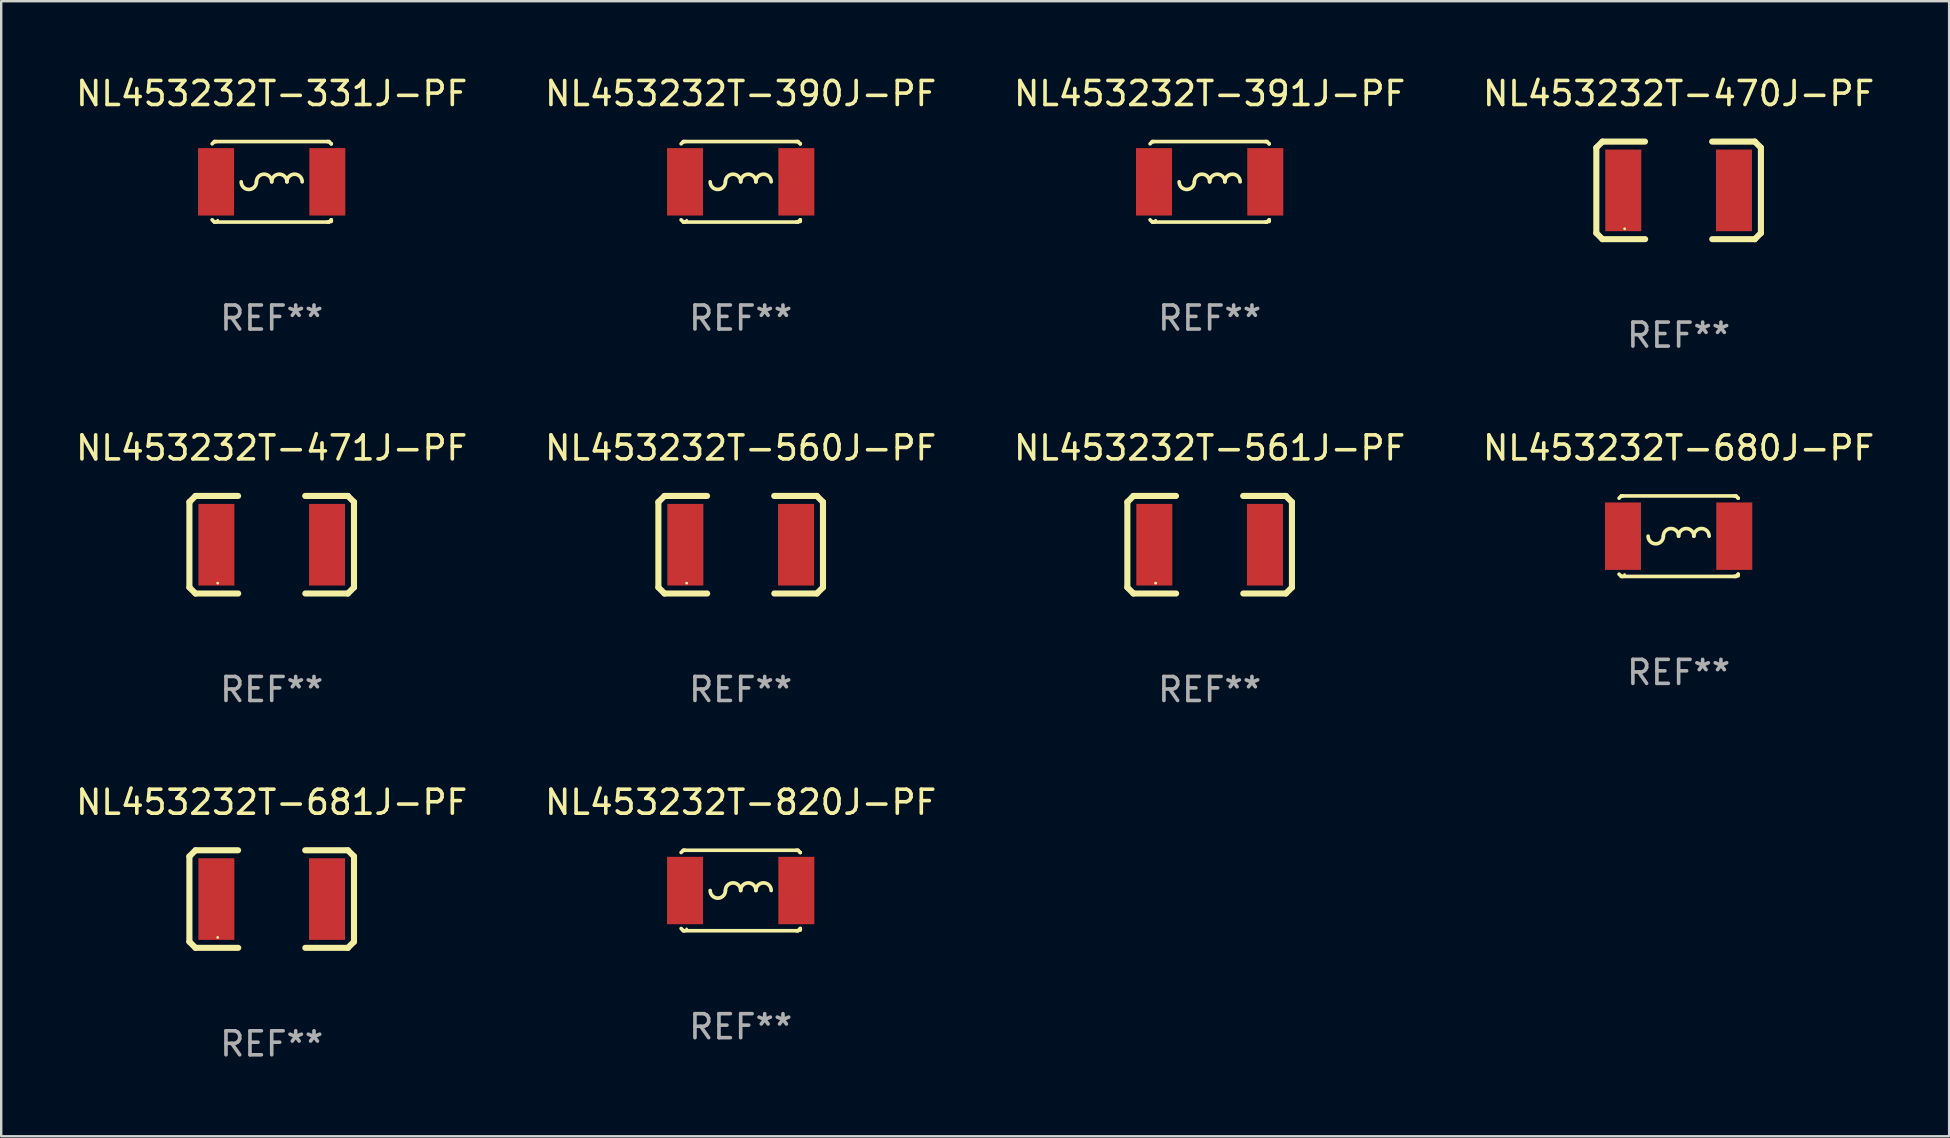
<source format=kicad_pcb>
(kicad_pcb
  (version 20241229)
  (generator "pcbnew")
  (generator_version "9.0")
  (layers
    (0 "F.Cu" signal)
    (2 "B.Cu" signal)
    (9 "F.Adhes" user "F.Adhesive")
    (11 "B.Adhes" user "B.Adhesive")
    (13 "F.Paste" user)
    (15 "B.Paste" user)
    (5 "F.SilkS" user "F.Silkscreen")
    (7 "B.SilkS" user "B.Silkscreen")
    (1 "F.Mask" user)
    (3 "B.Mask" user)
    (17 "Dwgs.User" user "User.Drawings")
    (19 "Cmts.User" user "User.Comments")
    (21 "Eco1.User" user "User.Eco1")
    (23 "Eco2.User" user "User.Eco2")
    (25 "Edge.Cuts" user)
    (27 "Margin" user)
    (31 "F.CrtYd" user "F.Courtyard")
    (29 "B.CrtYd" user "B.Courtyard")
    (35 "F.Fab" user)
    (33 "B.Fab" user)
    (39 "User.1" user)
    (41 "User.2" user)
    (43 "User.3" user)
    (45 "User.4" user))
  (footprint "NL453232T-820J-PF"
    (layer "F.Cu")
    (at 27.804 34.045)
    (property "Reference" "NL453232T-820J-PF" (at 0 -3.676 0) (layer "F.SilkS") (effects (font (size 1 1) (thickness 0.15))))
    (attr through_hole)
    (fp_line (start -2.388 -1.676) (end -2.481 -1.583) (stroke (width 0.152) (type solid)) (layer "F.SilkS"))
    (fp_line (start -2.388 1.676) (end -2.481 1.583) (stroke (width 0.152) (type solid)) (layer "F.SilkS"))
    (fp_line (start -2.326 -1.676) (end -2.388 -1.676) (stroke (width 0.152) (type solid)) (layer "F.SilkS"))
    (fp_line (start -2.326 1.676) (end -2.388 1.676) (stroke (width 0.152) (type solid)) (layer "F.SilkS"))
    (fp_line (start 2.326 -1.676) (end -2.326 -1.676) (stroke (width 0.152) (type solid)) (layer "F.SilkS"))
    (fp_line (start 2.326 -1.676) (end 2.388 -1.676) (stroke (width 0.152) (type solid)) (layer "F.SilkS"))
    (fp_line (start 2.326 1.676) (end -2.326 1.676) (stroke (width 0.152) (type solid)) (layer "F.SilkS"))
    (fp_line (start 2.326 1.676) (end 2.388 1.676) (stroke (width 0.152) (type solid)) (layer "F.SilkS"))
    (fp_line (start 2.388 -1.676) (end 2.481 -1.583) (stroke (width 0.152) (type solid)) (layer "F.SilkS"))
    (fp_line (start 2.388 1.676) (end 2.481 1.583) (stroke (width 0.152) (type solid)) (layer "F.SilkS"))
    (fp_line (start 2.481 -1.583) (end 2.481 -1.584) (stroke (width 0.152) (type solid)) (layer "F.SilkS"))
    (fp_line (start 2.481 1.584) (end 2.481 1.651) (stroke (width 0.152) (type solid)) (layer "F.SilkS"))
    (fp_arc (start -0.636018 0) (mid -0.318009 -0.318009) (end 0 0) (stroke (width 0.151994) (type solid)) (layer "F.SilkS"))
    (fp_arc (start -0.635001 0) (mid -0.95301 0.318009) (end -1.271019 0) (stroke (width 0.151994) (type solid)) (layer "F.SilkS"))
    (fp_arc (start -0.001015 0) (mid 0.316993 -0.318008) (end 0.635001 0) (stroke (width 0.151994) (type solid)) (layer "F.SilkS"))
    (fp_arc (start 0.633985 0) (mid 0.951994 -0.318009) (end 1.270003 0) (stroke (width 0.151994) (type solid)) (layer "F.SilkS"))
    (fp_circle (center -2.25 1.6) (end -2.22 1.6) (stroke (width 0.06) (type solid)) (fill no) (layer "F.SilkS"))
    (fp_text user "REF**" (at 0 5.676 0) (layer "F.Fab") (effects (font (size 1 1) (thickness 0.15))))
    (pad "1" smd rect (at -2.318 0) (size 1.5 2.808) (layers "F.Cu" "F.Mask" "F.Paste"))
    (pad "2" smd rect (at 2.318 0) (size 1.5 2.808) (layers "F.Cu" "F.Mask" "F.Paste")))
  (footprint "NL453232T-560J-PF"
    (layer "F.Cu")
    (at 27.804 19.641)
    (property "Reference" "NL453232T-560J-PF" (at 0 -4.032 0) (layer "F.SilkS") (effects (font (size 1 1) (thickness 0.15))))
    (attr through_hole)
    (fp_line (start -3.428 -1.778) (end -3.174 -2.032) (stroke (width 0.254) (type solid)) (layer "F.SilkS"))
    (fp_line (start -3.428 1.778) (end -3.428 -1.778) (stroke (width 0.254) (type solid)) (layer "F.SilkS"))
    (fp_line (start -3.174 -2.032) (end -1.401 -2.032) (stroke (width 0.254) (type solid)) (layer "F.SilkS"))
    (fp_line (start -3.174 2.032) (end -3.428 1.778) (stroke (width 0.254) (type solid)) (layer "F.SilkS"))
    (fp_line (start -1.396 2.032) (end -3.174 2.032) (stroke (width 0.254) (type solid)) (layer "F.SilkS"))
    (fp_line (start 1.396 -2.032) (end 3.174 -2.032) (stroke (width 0.254) (type solid)) (layer "F.SilkS"))
    (fp_line (start 3.174 -2.032) (end 3.428 -1.778) (stroke (width 0.254) (type solid)) (layer "F.SilkS"))
    (fp_line (start 3.174 2.032) (end 1.401 2.032) (stroke (width 0.254) (type solid)) (layer "F.SilkS"))
    (fp_line (start 3.428 -1.778) (end 3.428 1.778) (stroke (width 0.254) (type solid)) (layer "F.SilkS"))
    (fp_line (start 3.428 1.778) (end 3.174 2.032) (stroke (width 0.254) (type solid)) (layer "F.SilkS"))
    (fp_circle (center -2.25 1.6) (end -2.22 1.6) (stroke (width 0.06) (type solid)) (fill no) (layer "F.SilkS"))
    (fp_text user "REF**" (at 0 6.032 0) (layer "F.Fab") (effects (font (size 1 1) (thickness 0.15))))
    (pad "1" smd rect (at -2.305 0) (size 1.5 3.4) (layers "F.Cu" "F.Mask" "F.Paste"))
    (pad "2" smd rect (at 2.305 0) (size 1.5 3.4) (layers "F.Cu" "F.Mask" "F.Paste")))
  (footprint "NL453232T-470J-PF"
    (layer "F.Cu")
    (at 66.875 4.88)
    (property "Reference" "NL453232T-470J-PF" (at 0 -4.032 0) (layer "F.SilkS") (effects (font (size 1 1) (thickness 0.15))))
    (attr through_hole)
    (fp_line (start -3.428 -1.778) (end -3.174 -2.032) (stroke (width 0.254) (type solid)) (layer "F.SilkS"))
    (fp_line (start -3.428 1.778) (end -3.428 -1.778) (stroke (width 0.254) (type solid)) (layer "F.SilkS"))
    (fp_line (start -3.174 -2.032) (end -1.401 -2.032) (stroke (width 0.254) (type solid)) (layer "F.SilkS"))
    (fp_line (start -3.174 2.032) (end -3.428 1.778) (stroke (width 0.254) (type solid)) (layer "F.SilkS"))
    (fp_line (start -1.396 2.032) (end -3.174 2.032) (stroke (width 0.254) (type solid)) (layer "F.SilkS"))
    (fp_line (start 1.396 -2.032) (end 3.174 -2.032) (stroke (width 0.254) (type solid)) (layer "F.SilkS"))
    (fp_line (start 3.174 -2.032) (end 3.428 -1.778) (stroke (width 0.254) (type solid)) (layer "F.SilkS"))
    (fp_line (start 3.174 2.032) (end 1.401 2.032) (stroke (width 0.254) (type solid)) (layer "F.SilkS"))
    (fp_line (start 3.428 -1.778) (end 3.428 1.778) (stroke (width 0.254) (type solid)) (layer "F.SilkS"))
    (fp_line (start 3.428 1.778) (end 3.174 2.032) (stroke (width 0.254) (type solid)) (layer "F.SilkS"))
    (fp_circle (center -2.25 1.6) (end -2.22 1.6) (stroke (width 0.06) (type solid)) (fill no) (layer "F.SilkS"))
    (fp_text user "REF**" (at 0 6.032 0) (layer "F.Fab") (effects (font (size 1 1) (thickness 0.15))))
    (pad "1" smd rect (at -2.305 0) (size 1.5 3.4) (layers "F.Cu" "F.Mask" "F.Paste"))
    (pad "2" smd rect (at 2.305 0) (size 1.5 3.4) (layers "F.Cu" "F.Mask" "F.Paste")))
  (footprint "NL453232T-680J-PF"
    (layer "F.Cu")
    (at 66.875 19.285)
    (property "Reference" "NL453232T-680J-PF" (at 0 -3.676 0) (layer "F.SilkS") (effects (font (size 1 1) (thickness 0.15))))
    (attr through_hole)
    (fp_line (start -2.388 -1.676) (end -2.481 -1.583) (stroke (width 0.152) (type solid)) (layer "F.SilkS"))
    (fp_line (start -2.388 1.676) (end -2.481 1.583) (stroke (width 0.152) (type solid)) (layer "F.SilkS"))
    (fp_line (start -2.326 -1.676) (end -2.388 -1.676) (stroke (width 0.152) (type solid)) (layer "F.SilkS"))
    (fp_line (start -2.326 1.676) (end -2.388 1.676) (stroke (width 0.152) (type solid)) (layer "F.SilkS"))
    (fp_line (start 2.326 -1.676) (end -2.326 -1.676) (stroke (width 0.152) (type solid)) (layer "F.SilkS"))
    (fp_line (start 2.326 -1.676) (end 2.388 -1.676) (stroke (width 0.152) (type solid)) (layer "F.SilkS"))
    (fp_line (start 2.326 1.676) (end -2.326 1.676) (stroke (width 0.152) (type solid)) (layer "F.SilkS"))
    (fp_line (start 2.326 1.676) (end 2.388 1.676) (stroke (width 0.152) (type solid)) (layer "F.SilkS"))
    (fp_line (start 2.388 -1.676) (end 2.481 -1.583) (stroke (width 0.152) (type solid)) (layer "F.SilkS"))
    (fp_line (start 2.388 1.676) (end 2.481 1.583) (stroke (width 0.152) (type solid)) (layer "F.SilkS"))
    (fp_line (start 2.481 -1.583) (end 2.481 -1.584) (stroke (width 0.152) (type solid)) (layer "F.SilkS"))
    (fp_line (start 2.481 1.584) (end 2.481 1.651) (stroke (width 0.152) (type solid)) (layer "F.SilkS"))
    (fp_arc (start -0.636018 0) (mid -0.318009 -0.318009) (end 0 0) (stroke (width 0.151994) (type solid)) (layer "F.SilkS"))
    (fp_arc (start -0.635001 0) (mid -0.95301 0.318009) (end -1.271019 0) (stroke (width 0.151994) (type solid)) (layer "F.SilkS"))
    (fp_arc (start -0.001015 0) (mid 0.316993 -0.318008) (end 0.635001 0) (stroke (width 0.151994) (type solid)) (layer "F.SilkS"))
    (fp_arc (start 0.633985 0) (mid 0.951994 -0.318009) (end 1.270003 0) (stroke (width 0.151994) (type solid)) (layer "F.SilkS"))
    (fp_circle (center -2.25 1.6) (end -2.22 1.6) (stroke (width 0.06) (type solid)) (fill no) (layer "F.SilkS"))
    (fp_text user "REF**" (at 0 5.676 0) (layer "F.Fab") (effects (font (size 1 1) (thickness 0.15))))
    (pad "1" smd rect (at -2.318 0) (size 1.5 2.808) (layers "F.Cu" "F.Mask" "F.Paste"))
    (pad "2" smd rect (at 2.318 0) (size 1.5 2.808) (layers "F.Cu" "F.Mask" "F.Paste")))
  (footprint "NL453232T-391J-PF"
    (layer "F.Cu")
    (at 47.339 4.524)
    (property "Reference" "NL453232T-391J-PF" (at 0 -3.676 0) (layer "F.SilkS") (effects (font (size 1 1) (thickness 0.15))))
    (attr through_hole)
    (fp_line (start -2.388 -1.676) (end -2.481 -1.583) (stroke (width 0.152) (type solid)) (layer "F.SilkS"))
    (fp_line (start -2.388 1.676) (end -2.481 1.583) (stroke (width 0.152) (type solid)) (layer "F.SilkS"))
    (fp_line (start -2.326 -1.676) (end -2.388 -1.676) (stroke (width 0.152) (type solid)) (layer "F.SilkS"))
    (fp_line (start -2.326 1.676) (end -2.388 1.676) (stroke (width 0.152) (type solid)) (layer "F.SilkS"))
    (fp_line (start 2.326 -1.676) (end -2.326 -1.676) (stroke (width 0.152) (type solid)) (layer "F.SilkS"))
    (fp_line (start 2.326 -1.676) (end 2.388 -1.676) (stroke (width 0.152) (type solid)) (layer "F.SilkS"))
    (fp_line (start 2.326 1.676) (end -2.326 1.676) (stroke (width 0.152) (type solid)) (layer "F.SilkS"))
    (fp_line (start 2.326 1.676) (end 2.388 1.676) (stroke (width 0.152) (type solid)) (layer "F.SilkS"))
    (fp_line (start 2.388 -1.676) (end 2.481 -1.583) (stroke (width 0.152) (type solid)) (layer "F.SilkS"))
    (fp_line (start 2.388 1.676) (end 2.481 1.583) (stroke (width 0.152) (type solid)) (layer "F.SilkS"))
    (fp_line (start 2.481 -1.583) (end 2.481 -1.584) (stroke (width 0.152) (type solid)) (layer "F.SilkS"))
    (fp_line (start 2.481 1.584) (end 2.481 1.651) (stroke (width 0.152) (type solid)) (layer "F.SilkS"))
    (fp_arc (start -0.636018 0) (mid -0.318009 -0.318009) (end 0 0) (stroke (width 0.151994) (type solid)) (layer "F.SilkS"))
    (fp_arc (start -0.635001 0) (mid -0.95301 0.318009) (end -1.271019 0) (stroke (width 0.151994) (type solid)) (layer "F.SilkS"))
    (fp_arc (start -0.001015 0) (mid 0.316993 -0.318008) (end 0.635001 0) (stroke (width 0.151994) (type solid)) (layer "F.SilkS"))
    (fp_arc (start 0.633985 0) (mid 0.951994 -0.318009) (end 1.270003 0) (stroke (width 0.151994) (type solid)) (layer "F.SilkS"))
    (fp_circle (center -2.25 1.6) (end -2.22 1.6) (stroke (width 0.06) (type solid)) (fill no) (layer "F.SilkS"))
    (fp_text user "REF**" (at 0 5.676 0) (layer "F.Fab") (effects (font (size 1 1) (thickness 0.15))))
    (pad "1" smd rect (at -2.318 0) (size 1.5 2.808) (layers "F.Cu" "F.Mask" "F.Paste"))
    (pad "2" smd rect (at 2.318 0) (size 1.5 2.808) (layers "F.Cu" "F.Mask" "F.Paste")))
  (footprint "NL453232T-390J-PF"
    (layer "F.Cu")
    (at 27.804 4.524)
    (property "Reference" "NL453232T-390J-PF" (at 0 -3.676 0) (layer "F.SilkS") (effects (font (size 1 1) (thickness 0.15))))
    (attr through_hole)
    (fp_line (start -2.388 -1.676) (end -2.481 -1.583) (stroke (width 0.152) (type solid)) (layer "F.SilkS"))
    (fp_line (start -2.388 1.676) (end -2.481 1.583) (stroke (width 0.152) (type solid)) (layer "F.SilkS"))
    (fp_line (start -2.326 -1.676) (end -2.388 -1.676) (stroke (width 0.152) (type solid)) (layer "F.SilkS"))
    (fp_line (start -2.326 1.676) (end -2.388 1.676) (stroke (width 0.152) (type solid)) (layer "F.SilkS"))
    (fp_line (start 2.326 -1.676) (end -2.326 -1.676) (stroke (width 0.152) (type solid)) (layer "F.SilkS"))
    (fp_line (start 2.326 -1.676) (end 2.388 -1.676) (stroke (width 0.152) (type solid)) (layer "F.SilkS"))
    (fp_line (start 2.326 1.676) (end -2.326 1.676) (stroke (width 0.152) (type solid)) (layer "F.SilkS"))
    (fp_line (start 2.326 1.676) (end 2.388 1.676) (stroke (width 0.152) (type solid)) (layer "F.SilkS"))
    (fp_line (start 2.388 -1.676) (end 2.481 -1.583) (stroke (width 0.152) (type solid)) (layer "F.SilkS"))
    (fp_line (start 2.388 1.676) (end 2.481 1.583) (stroke (width 0.152) (type solid)) (layer "F.SilkS"))
    (fp_line (start 2.481 -1.583) (end 2.481 -1.584) (stroke (width 0.152) (type solid)) (layer "F.SilkS"))
    (fp_line (start 2.481 1.584) (end 2.481 1.651) (stroke (width 0.152) (type solid)) (layer "F.SilkS"))
    (fp_arc (start -0.636018 0) (mid -0.318009 -0.318009) (end 0 0) (stroke (width 0.151994) (type solid)) (layer "F.SilkS"))
    (fp_arc (start -0.635001 0) (mid -0.95301 0.318009) (end -1.271019 0) (stroke (width 0.151994) (type solid)) (layer "F.SilkS"))
    (fp_arc (start -0.001015 0) (mid 0.316993 -0.318008) (end 0.635001 0) (stroke (width 0.151994) (type solid)) (layer "F.SilkS"))
    (fp_arc (start 0.633985 0) (mid 0.951994 -0.318009) (end 1.270003 0) (stroke (width 0.151994) (type solid)) (layer "F.SilkS"))
    (fp_circle (center -2.25 1.6) (end -2.22 1.6) (stroke (width 0.06) (type solid)) (fill no) (layer "F.SilkS"))
    (fp_text user "REF**" (at 0 5.676 0) (layer "F.Fab") (effects (font (size 1 1) (thickness 0.15))))
    (pad "1" smd rect (at -2.318 0) (size 1.5 2.808) (layers "F.Cu" "F.Mask" "F.Paste"))
    (pad "2" smd rect (at 2.318 0) (size 1.5 2.808) (layers "F.Cu" "F.Mask" "F.Paste")))
  (footprint "NL453232T-331J-PF"
    (layer "F.Cu")
    (at 8.268 4.524)
    (property "Reference" "NL453232T-331J-PF" (at 0 -3.676 0) (layer "F.SilkS") (effects (font (size 1 1) (thickness 0.15))))
    (attr through_hole)
    (fp_line (start -2.388 -1.676) (end -2.481 -1.583) (stroke (width 0.152) (type solid)) (layer "F.SilkS"))
    (fp_line (start -2.388 1.676) (end -2.481 1.583) (stroke (width 0.152) (type solid)) (layer "F.SilkS"))
    (fp_line (start -2.326 -1.676) (end -2.388 -1.676) (stroke (width 0.152) (type solid)) (layer "F.SilkS"))
    (fp_line (start -2.326 1.676) (end -2.388 1.676) (stroke (width 0.152) (type solid)) (layer "F.SilkS"))
    (fp_line (start 2.326 -1.676) (end -2.326 -1.676) (stroke (width 0.152) (type solid)) (layer "F.SilkS"))
    (fp_line (start 2.326 -1.676) (end 2.388 -1.676) (stroke (width 0.152) (type solid)) (layer "F.SilkS"))
    (fp_line (start 2.326 1.676) (end -2.326 1.676) (stroke (width 0.152) (type solid)) (layer "F.SilkS"))
    (fp_line (start 2.326 1.676) (end 2.388 1.676) (stroke (width 0.152) (type solid)) (layer "F.SilkS"))
    (fp_line (start 2.388 -1.676) (end 2.481 -1.583) (stroke (width 0.152) (type solid)) (layer "F.SilkS"))
    (fp_line (start 2.388 1.676) (end 2.481 1.583) (stroke (width 0.152) (type solid)) (layer "F.SilkS"))
    (fp_line (start 2.481 -1.583) (end 2.481 -1.584) (stroke (width 0.152) (type solid)) (layer "F.SilkS"))
    (fp_line (start 2.481 1.584) (end 2.481 1.651) (stroke (width 0.152) (type solid)) (layer "F.SilkS"))
    (fp_arc (start -0.636018 0) (mid -0.318009 -0.318009) (end 0 0) (stroke (width 0.151994) (type solid)) (layer "F.SilkS"))
    (fp_arc (start -0.635001 0) (mid -0.95301 0.318009) (end -1.271019 0) (stroke (width 0.151994) (type solid)) (layer "F.SilkS"))
    (fp_arc (start -0.001015 0) (mid 0.316993 -0.318008) (end 0.635001 0) (stroke (width 0.151994) (type solid)) (layer "F.SilkS"))
    (fp_arc (start 0.633985 0) (mid 0.951994 -0.318009) (end 1.270003 0) (stroke (width 0.151994) (type solid)) (layer "F.SilkS"))
    (fp_circle (center -2.25 1.6) (end -2.22 1.6) (stroke (width 0.06) (type solid)) (fill no) (layer "F.SilkS"))
    (fp_text user "REF**" (at 0 5.676 0) (layer "F.Fab") (effects (font (size 1 1) (thickness 0.15))))
    (pad "1" smd rect (at -2.318 0) (size 1.5 2.808) (layers "F.Cu" "F.Mask" "F.Paste"))
    (pad "2" smd rect (at 2.318 0) (size 1.5 2.808) (layers "F.Cu" "F.Mask" "F.Paste")))
  (footprint "NL453232T-681J-PF"
    (layer "F.Cu")
    (at 8.268 34.401)
    (property "Reference" "NL453232T-681J-PF" (at 0 -4.032 0) (layer "F.SilkS") (effects (font (size 1 1) (thickness 0.15))))
    (attr through_hole)
    (fp_line (start -3.428 -1.778) (end -3.174 -2.032) (stroke (width 0.254) (type solid)) (layer "F.SilkS"))
    (fp_line (start -3.428 1.778) (end -3.428 -1.778) (stroke (width 0.254) (type solid)) (layer "F.SilkS"))
    (fp_line (start -3.174 -2.032) (end -1.401 -2.032) (stroke (width 0.254) (type solid)) (layer "F.SilkS"))
    (fp_line (start -3.174 2.032) (end -3.428 1.778) (stroke (width 0.254) (type solid)) (layer "F.SilkS"))
    (fp_line (start -1.396 2.032) (end -3.174 2.032) (stroke (width 0.254) (type solid)) (layer "F.SilkS"))
    (fp_line (start 1.396 -2.032) (end 3.174 -2.032) (stroke (width 0.254) (type solid)) (layer "F.SilkS"))
    (fp_line (start 3.174 -2.032) (end 3.428 -1.778) (stroke (width 0.254) (type solid)) (layer "F.SilkS"))
    (fp_line (start 3.174 2.032) (end 1.401 2.032) (stroke (width 0.254) (type solid)) (layer "F.SilkS"))
    (fp_line (start 3.428 -1.778) (end 3.428 1.778) (stroke (width 0.254) (type solid)) (layer "F.SilkS"))
    (fp_line (start 3.428 1.778) (end 3.174 2.032) (stroke (width 0.254) (type solid)) (layer "F.SilkS"))
    (fp_circle (center -2.25 1.6) (end -2.22 1.6) (stroke (width 0.06) (type solid)) (fill no) (layer "F.SilkS"))
    (fp_text user "REF**" (at 0 6.032 0) (layer "F.Fab") (effects (font (size 1 1) (thickness 0.15))))
    (pad "1" smd rect (at -2.305 0) (size 1.5 3.4) (layers "F.Cu" "F.Mask" "F.Paste"))
    (pad "2" smd rect (at 2.305 0) (size 1.5 3.4) (layers "F.Cu" "F.Mask" "F.Paste")))
  (footprint "NL453232T-561J-PF"
    (layer "F.Cu")
    (at 47.339 19.641)
    (property "Reference" "NL453232T-561J-PF" (at 0 -4.032 0) (layer "F.SilkS") (effects (font (size 1 1) (thickness 0.15))))
    (attr through_hole)
    (fp_line (start -3.428 -1.778) (end -3.174 -2.032) (stroke (width 0.254) (type solid)) (layer "F.SilkS"))
    (fp_line (start -3.428 1.778) (end -3.428 -1.778) (stroke (width 0.254) (type solid)) (layer "F.SilkS"))
    (fp_line (start -3.174 -2.032) (end -1.401 -2.032) (stroke (width 0.254) (type solid)) (layer "F.SilkS"))
    (fp_line (start -3.174 2.032) (end -3.428 1.778) (stroke (width 0.254) (type solid)) (layer "F.SilkS"))
    (fp_line (start -1.396 2.032) (end -3.174 2.032) (stroke (width 0.254) (type solid)) (layer "F.SilkS"))
    (fp_line (start 1.396 -2.032) (end 3.174 -2.032) (stroke (width 0.254) (type solid)) (layer "F.SilkS"))
    (fp_line (start 3.174 -2.032) (end 3.428 -1.778) (stroke (width 0.254) (type solid)) (layer "F.SilkS"))
    (fp_line (start 3.174 2.032) (end 1.401 2.032) (stroke (width 0.254) (type solid)) (layer "F.SilkS"))
    (fp_line (start 3.428 -1.778) (end 3.428 1.778) (stroke (width 0.254) (type solid)) (layer "F.SilkS"))
    (fp_line (start 3.428 1.778) (end 3.174 2.032) (stroke (width 0.254) (type solid)) (layer "F.SilkS"))
    (fp_circle (center -2.25 1.6) (end -2.22 1.6) (stroke (width 0.06) (type solid)) (fill no) (layer "F.SilkS"))
    (fp_text user "REF**" (at 0 6.032 0) (layer "F.Fab") (effects (font (size 1 1) (thickness 0.15))))
    (pad "1" smd rect (at -2.305 0) (size 1.5 3.4) (layers "F.Cu" "F.Mask" "F.Paste"))
    (pad "2" smd rect (at 2.305 0) (size 1.5 3.4) (layers "F.Cu" "F.Mask" "F.Paste")))
  (footprint "NL453232T-471J-PF"
    (layer "F.Cu")
    (at 8.268 19.641)
    (property "Reference" "NL453232T-471J-PF" (at 0 -4.032 0) (layer "F.SilkS") (effects (font (size 1 1) (thickness 0.15))))
    (attr through_hole)
    (fp_line (start -3.428 -1.778) (end -3.174 -2.032) (stroke (width 0.254) (type solid)) (layer "F.SilkS"))
    (fp_line (start -3.428 1.778) (end -3.428 -1.778) (stroke (width 0.254) (type solid)) (layer "F.SilkS"))
    (fp_line (start -3.174 -2.032) (end -1.401 -2.032) (stroke (width 0.254) (type solid)) (layer "F.SilkS"))
    (fp_line (start -3.174 2.032) (end -3.428 1.778) (stroke (width 0.254) (type solid)) (layer "F.SilkS"))
    (fp_line (start -1.396 2.032) (end -3.174 2.032) (stroke (width 0.254) (type solid)) (layer "F.SilkS"))
    (fp_line (start 1.396 -2.032) (end 3.174 -2.032) (stroke (width 0.254) (type solid)) (layer "F.SilkS"))
    (fp_line (start 3.174 -2.032) (end 3.428 -1.778) (stroke (width 0.254) (type solid)) (layer "F.SilkS"))
    (fp_line (start 3.174 2.032) (end 1.401 2.032) (stroke (width 0.254) (type solid)) (layer "F.SilkS"))
    (fp_line (start 3.428 -1.778) (end 3.428 1.778) (stroke (width 0.254) (type solid)) (layer "F.SilkS"))
    (fp_line (start 3.428 1.778) (end 3.174 2.032) (stroke (width 0.254) (type solid)) (layer "F.SilkS"))
    (fp_circle (center -2.25 1.6) (end -2.22 1.6) (stroke (width 0.06) (type solid)) (fill no) (layer "F.SilkS"))
    (fp_text user "REF**" (at 0 6.032 0) (layer "F.Fab") (effects (font (size 1 1) (thickness 0.15))))
    (pad "1" smd rect (at -2.305 0) (size 1.5 3.4) (layers "F.Cu" "F.Mask" "F.Paste"))
    (pad "2" smd rect (at 2.305 0) (size 1.5 3.4) (layers "F.Cu" "F.Mask" "F.Paste")))
  (gr_rect
    (start -3 -3)
    (end 78.143 44.282)
    (stroke (width 0.1) (type default))
    (fill no)
    (layer "Edge.Cuts")))
</source>
